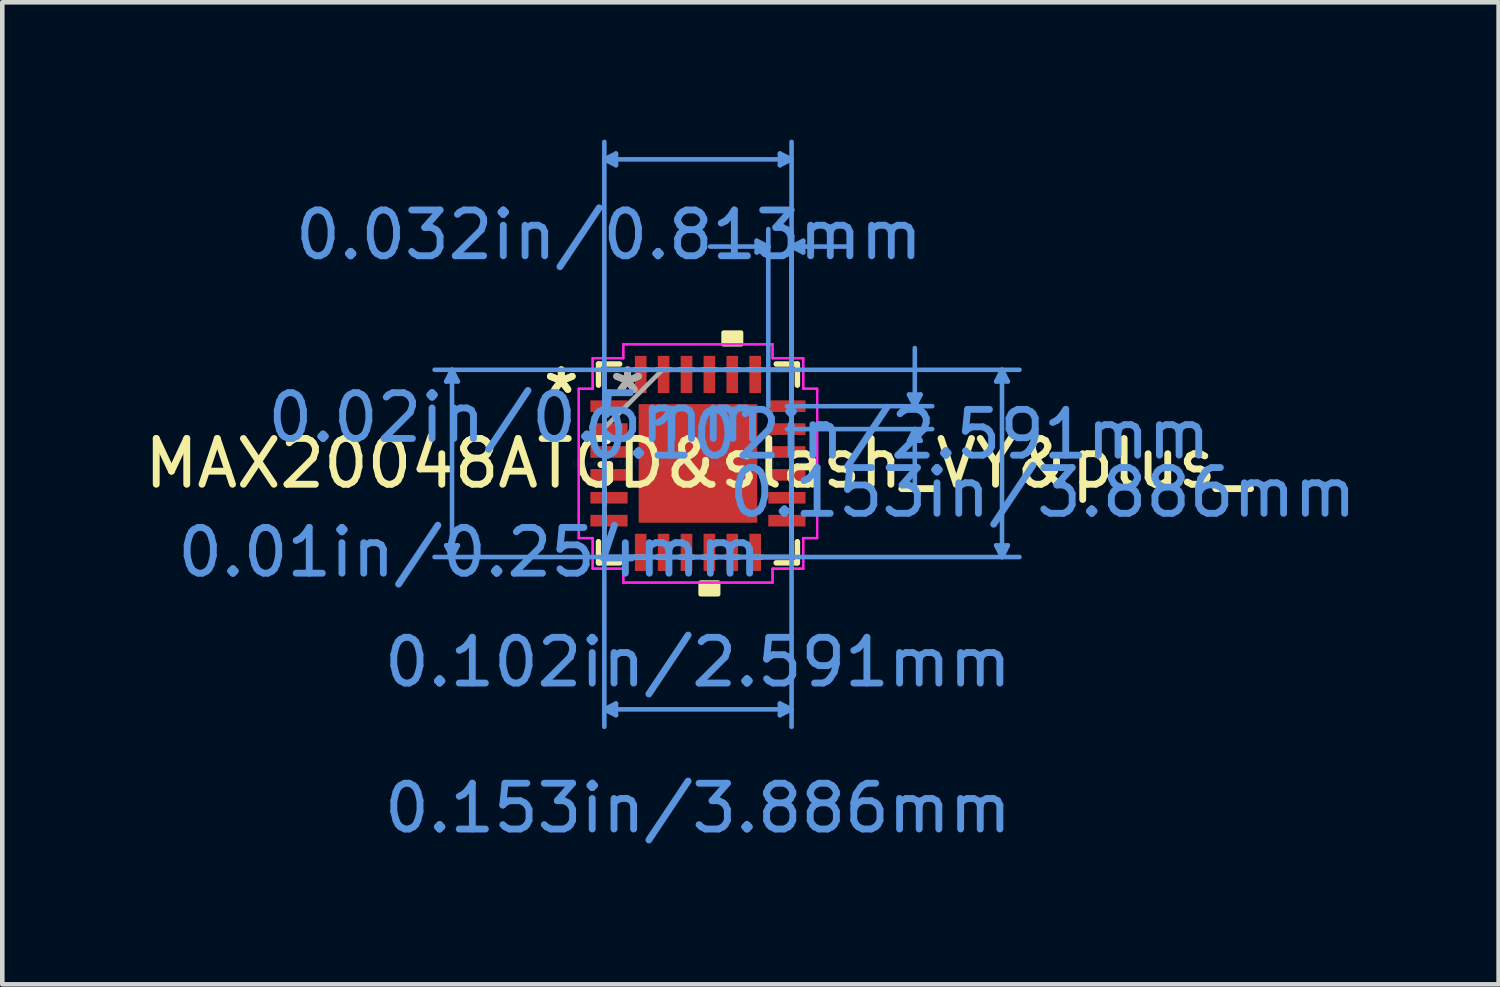
<source format=kicad_pcb>
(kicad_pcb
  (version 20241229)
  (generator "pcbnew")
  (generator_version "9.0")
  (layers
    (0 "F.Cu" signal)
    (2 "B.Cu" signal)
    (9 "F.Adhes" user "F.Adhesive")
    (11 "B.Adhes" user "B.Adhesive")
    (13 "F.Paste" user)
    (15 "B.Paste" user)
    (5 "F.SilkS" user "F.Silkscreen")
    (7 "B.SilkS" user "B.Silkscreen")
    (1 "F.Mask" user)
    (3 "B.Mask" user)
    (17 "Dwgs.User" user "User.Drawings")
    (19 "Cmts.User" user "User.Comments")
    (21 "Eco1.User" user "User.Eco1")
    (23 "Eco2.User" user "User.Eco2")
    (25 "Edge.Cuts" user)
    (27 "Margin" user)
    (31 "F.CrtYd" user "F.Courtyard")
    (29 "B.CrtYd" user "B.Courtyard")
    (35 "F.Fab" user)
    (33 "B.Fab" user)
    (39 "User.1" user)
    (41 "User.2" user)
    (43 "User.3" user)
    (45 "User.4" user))
  (footprint "MAX20048ATGD&slash_VY&plus_"
    (layer "F.Cu")
    (at 12.196 7.073)
    (property "Reference" "MAX20048ATGD&slash_VY&plus_" (at 0 0 0) (layer "F.SilkS") (effects (font (size 1 1) (thickness 0.15))))
    (attr through_hole)
    (fp_line (start -2.172 -2.172) (end -2.172 -1.71) (stroke (width 0.12) (type solid)) (layer "F.SilkS"))
    (fp_line (start -2.172 1.71) (end -2.172 2.172) (stroke (width 0.12) (type solid)) (layer "F.SilkS"))
    (fp_line (start -2.172 2.172) (end -1.71 2.172) (stroke (width 0.12) (type solid)) (layer "F.SilkS"))
    (fp_line (start -1.71 -2.172) (end -2.172 -2.172) (stroke (width 0.12) (type solid)) (layer "F.SilkS"))
    (fp_line (start 1.71 2.172) (end 2.172 2.172) (stroke (width 0.12) (type solid)) (layer "F.SilkS"))
    (fp_line (start 2.172 -2.172) (end 1.71 -2.172) (stroke (width 0.12) (type solid)) (layer "F.SilkS"))
    (fp_line (start 2.172 -1.71) (end 2.172 -2.172) (stroke (width 0.12) (type solid)) (layer "F.SilkS"))
    (fp_line (start 2.172 2.172) (end 2.172 1.71) (stroke (width 0.12) (type solid)) (layer "F.SilkS"))
    (fp_poly (pts (xy 0.059 2.603) (xy 0.059 2.857) (xy 0.441 2.857) (xy 0.441 2.603)) (stroke (width 0.1) (type solid)) (fill yes) (layer "F.SilkS"))
    (fp_poly (pts (xy 0.56 -2.603) (xy 0.56 -2.857) (xy 0.941 -2.857) (xy 0.941 -2.603)) (stroke (width 0.1) (type solid)) (fill yes) (layer "F.SilkS"))
    (fp_poly (pts (xy -1.195 -1.195) (xy -1.195 -0.1) (xy -0.1 -0.1) (xy -0.1 -1.195)) (stroke (width 0.1) (type solid)) (fill yes) (layer "F.Paste"))
    (fp_poly (pts (xy -1.195 0.1) (xy -1.195 1.195) (xy -0.1 1.195) (xy -0.1 0.1)) (stroke (width 0.1) (type solid)) (fill yes) (layer "F.Paste"))
    (fp_poly (pts (xy 0.1 -1.195) (xy 0.1 -0.1) (xy 1.195 -0.1) (xy 1.195 -1.195)) (stroke (width 0.1) (type solid)) (fill yes) (layer "F.Paste"))
    (fp_poly (pts (xy 0.1 0.1) (xy 0.1 1.195) (xy 1.195 1.195) (xy 1.195 0.1)) (stroke (width 0.1) (type solid)) (fill yes) (layer "F.Paste"))
    (fp_line (start -5.499 -1.791) (end -5.245 -1.791) (stroke (width 0.1) (type solid)) (layer "Cmts.User"))
    (fp_line (start -5.499 1.791) (end -5.245 1.791) (stroke (width 0.1) (type solid)) (layer "Cmts.User"))
    (fp_line (start -5.372 -2.045) (end -5.499 -1.791) (stroke (width 0.1) (type solid)) (layer "Cmts.User"))
    (fp_line (start -5.372 -2.045) (end -5.372 2.045) (stroke (width 0.1) (type solid)) (layer "Cmts.User"))
    (fp_line (start -5.372 -2.045) (end -5.245 -1.791) (stroke (width 0.1) (type solid)) (layer "Cmts.User"))
    (fp_line (start -5.372 2.045) (end -5.499 1.791) (stroke (width 0.1) (type solid)) (layer "Cmts.User"))
    (fp_line (start -5.372 2.045) (end -5.245 1.791) (stroke (width 0.1) (type solid)) (layer "Cmts.User"))
    (fp_line (start -2.045 -6.642) (end -1.791 -6.769) (stroke (width 0.1) (type solid)) (layer "Cmts.User"))
    (fp_line (start -2.045 -6.642) (end -1.791 -6.515) (stroke (width 0.1) (type solid)) (layer "Cmts.User"))
    (fp_line (start -2.045 -6.642) (end 2.045 -6.642) (stroke (width 0.1) (type solid)) (layer "Cmts.User"))
    (fp_line (start -2.045 -2.045) (end -2.045 5.753) (stroke (width 0.1) (type solid)) (layer "Cmts.User"))
    (fp_line (start -2.045 -1.25) (end -2.045 -7.023) (stroke (width 0.1) (type solid)) (layer "Cmts.User"))
    (fp_line (start -2.045 5.372) (end -1.791 5.245) (stroke (width 0.1) (type solid)) (layer "Cmts.User"))
    (fp_line (start -2.045 5.372) (end -1.791 5.499) (stroke (width 0.1) (type solid)) (layer "Cmts.User"))
    (fp_line (start -2.045 5.372) (end 2.045 5.372) (stroke (width 0.1) (type solid)) (layer "Cmts.User"))
    (fp_line (start -1.791 -6.769) (end -1.791 -6.515) (stroke (width 0.1) (type solid)) (layer "Cmts.User"))
    (fp_line (start -1.791 5.245) (end -1.791 5.499) (stroke (width 0.1) (type solid)) (layer "Cmts.User"))
    (fp_line (start 1.25 -2.045) (end 7.023 -2.045) (stroke (width 0.1) (type solid)) (layer "Cmts.User"))
    (fp_line (start 1.25 2.045) (end 7.023 2.045) (stroke (width 0.1) (type solid)) (layer "Cmts.User"))
    (fp_line (start 1.283 -4.864) (end 1.283 -4.61) (stroke (width 0.1) (type solid)) (layer "Cmts.User"))
    (fp_line (start 1.537 -4.737) (end 0.267 -4.737) (stroke (width 0.1) (type solid)) (layer "Cmts.User"))
    (fp_line (start 1.537 -4.737) (end 1.283 -4.864) (stroke (width 0.1) (type solid)) (layer "Cmts.User"))
    (fp_line (start 1.537 -4.737) (end 1.283 -4.61) (stroke (width 0.1) (type solid)) (layer "Cmts.User"))
    (fp_line (start 1.537 -1.25) (end 1.537 -5.118) (stroke (width 0.1) (type solid)) (layer "Cmts.User"))
    (fp_line (start 1.791 -6.769) (end 1.791 -6.515) (stroke (width 0.1) (type solid)) (layer "Cmts.User"))
    (fp_line (start 1.791 5.245) (end 1.791 5.499) (stroke (width 0.1) (type solid)) (layer "Cmts.User"))
    (fp_line (start 1.943 -1.25) (end 5.118 -1.25) (stroke (width 0.1) (type solid)) (layer "Cmts.User"))
    (fp_line (start 1.943 -0.75) (end 5.118 -0.75) (stroke (width 0.1) (type solid)) (layer "Cmts.User"))
    (fp_line (start 2.045 -6.642) (end 1.791 -6.769) (stroke (width 0.1) (type solid)) (layer "Cmts.User"))
    (fp_line (start 2.045 -6.642) (end 1.791 -6.515) (stroke (width 0.1) (type solid)) (layer "Cmts.User"))
    (fp_line (start 2.045 -4.737) (end 2.299 -4.864) (stroke (width 0.1) (type solid)) (layer "Cmts.User"))
    (fp_line (start 2.045 -4.737) (end 2.299 -4.61) (stroke (width 0.1) (type solid)) (layer "Cmts.User"))
    (fp_line (start 2.045 -4.737) (end 3.315 -4.737) (stroke (width 0.1) (type solid)) (layer "Cmts.User"))
    (fp_line (start 2.045 -2.045) (end -5.753 -2.045) (stroke (width 0.1) (type solid)) (layer "Cmts.User"))
    (fp_line (start 2.045 -2.045) (end 2.045 5.753) (stroke (width 0.1) (type solid)) (layer "Cmts.User"))
    (fp_line (start 2.045 -1.25) (end 2.045 -7.023) (stroke (width 0.1) (type solid)) (layer "Cmts.User"))
    (fp_line (start 2.045 -1.25) (end 2.045 -5.118) (stroke (width 0.1) (type solid)) (layer "Cmts.User"))
    (fp_line (start 2.045 2.045) (end -5.753 2.045) (stroke (width 0.1) (type solid)) (layer "Cmts.User"))
    (fp_line (start 2.045 5.372) (end 1.791 5.245) (stroke (width 0.1) (type solid)) (layer "Cmts.User"))
    (fp_line (start 2.045 5.372) (end 1.791 5.499) (stroke (width 0.1) (type solid)) (layer "Cmts.User"))
    (fp_line (start 2.299 -4.864) (end 2.299 -4.61) (stroke (width 0.1) (type solid)) (layer "Cmts.User"))
    (fp_line (start 4.61 -1.504) (end 4.864 -1.504) (stroke (width 0.1) (type solid)) (layer "Cmts.User"))
    (fp_line (start 4.61 -0.496) (end 4.864 -0.496) (stroke (width 0.1) (type solid)) (layer "Cmts.User"))
    (fp_line (start 4.737 -1.25) (end 4.61 -1.504) (stroke (width 0.1) (type solid)) (layer "Cmts.User"))
    (fp_line (start 4.737 -1.25) (end 4.737 -2.52) (stroke (width 0.1) (type solid)) (layer "Cmts.User"))
    (fp_line (start 4.737 -1.25) (end 4.864 -1.504) (stroke (width 0.1) (type solid)) (layer "Cmts.User"))
    (fp_line (start 4.737 -0.75) (end 4.61 -0.496) (stroke (width 0.1) (type solid)) (layer "Cmts.User"))
    (fp_line (start 4.737 -0.75) (end 4.737 0.52) (stroke (width 0.1) (type solid)) (layer "Cmts.User"))
    (fp_line (start 4.737 -0.75) (end 4.864 -0.496) (stroke (width 0.1) (type solid)) (layer "Cmts.User"))
    (fp_line (start 6.515 -1.791) (end 6.769 -1.791) (stroke (width 0.1) (type solid)) (layer "Cmts.User"))
    (fp_line (start 6.515 1.791) (end 6.769 1.791) (stroke (width 0.1) (type solid)) (layer "Cmts.User"))
    (fp_line (start 6.642 -2.045) (end 6.515 -1.791) (stroke (width 0.1) (type solid)) (layer "Cmts.User"))
    (fp_line (start 6.642 -2.045) (end 6.642 2.045) (stroke (width 0.1) (type solid)) (layer "Cmts.User"))
    (fp_line (start 6.642 -2.045) (end 6.769 -1.791) (stroke (width 0.1) (type solid)) (layer "Cmts.User"))
    (fp_line (start 6.642 2.045) (end 6.515 1.791) (stroke (width 0.1) (type solid)) (layer "Cmts.User"))
    (fp_line (start 6.642 2.045) (end 6.769 1.791) (stroke (width 0.1) (type solid)) (layer "Cmts.User"))
    (fp_line (start -2.603 -1.631) (end -2.299 -1.631) (stroke (width 0.05) (type solid)) (layer "F.CrtYd"))
    (fp_line (start -2.603 -1.631) (end -2.299 -1.631) (stroke (width 0.05) (type solid)) (layer "F.CrtYd"))
    (fp_line (start -2.603 1.631) (end -2.603 -1.631) (stroke (width 0.05) (type solid)) (layer "F.CrtYd"))
    (fp_line (start -2.603 1.631) (end -2.603 -1.631) (stroke (width 0.05) (type solid)) (layer "F.CrtYd"))
    (fp_line (start -2.299 -2.299) (end -1.631 -2.299) (stroke (width 0.05) (type solid)) (layer "F.CrtYd"))
    (fp_line (start -2.299 -2.299) (end -1.631 -2.299) (stroke (width 0.05) (type solid)) (layer "F.CrtYd"))
    (fp_line (start -2.299 -1.631) (end -2.299 -2.299) (stroke (width 0.05) (type solid)) (layer "F.CrtYd"))
    (fp_line (start -2.299 -1.631) (end -2.299 -2.299) (stroke (width 0.05) (type solid)) (layer "F.CrtYd"))
    (fp_line (start -2.299 1.631) (end -2.603 1.631) (stroke (width 0.05) (type solid)) (layer "F.CrtYd"))
    (fp_line (start -2.299 1.631) (end -2.603 1.631) (stroke (width 0.05) (type solid)) (layer "F.CrtYd"))
    (fp_line (start -2.299 2.299) (end -2.299 1.631) (stroke (width 0.05) (type solid)) (layer "F.CrtYd"))
    (fp_line (start -2.299 2.299) (end -2.299 1.631) (stroke (width 0.05) (type solid)) (layer "F.CrtYd"))
    (fp_line (start -1.631 -2.603) (end 1.631 -2.603) (stroke (width 0.05) (type solid)) (layer "F.CrtYd"))
    (fp_line (start -1.631 -2.603) (end 1.631 -2.603) (stroke (width 0.05) (type solid)) (layer "F.CrtYd"))
    (fp_line (start -1.631 -2.299) (end -1.631 -2.603) (stroke (width 0.05) (type solid)) (layer "F.CrtYd"))
    (fp_line (start -1.631 -2.299) (end -1.631 -2.603) (stroke (width 0.05) (type solid)) (layer "F.CrtYd"))
    (fp_line (start -1.631 2.299) (end -2.299 2.299) (stroke (width 0.05) (type solid)) (layer "F.CrtYd"))
    (fp_line (start -1.631 2.299) (end -2.299 2.299) (stroke (width 0.05) (type solid)) (layer "F.CrtYd"))
    (fp_line (start -1.631 2.603) (end -1.631 2.299) (stroke (width 0.05) (type solid)) (layer "F.CrtYd"))
    (fp_line (start -1.631 2.603) (end -1.631 2.299) (stroke (width 0.05) (type solid)) (layer "F.CrtYd"))
    (fp_line (start 1.631 -2.603) (end 1.631 -2.299) (stroke (width 0.05) (type solid)) (layer "F.CrtYd"))
    (fp_line (start 1.631 -2.603) (end 1.631 -2.299) (stroke (width 0.05) (type solid)) (layer "F.CrtYd"))
    (fp_line (start 1.631 -2.299) (end 2.299 -2.299) (stroke (width 0.05) (type solid)) (layer "F.CrtYd"))
    (fp_line (start 1.631 -2.299) (end 2.299 -2.299) (stroke (width 0.05) (type solid)) (layer "F.CrtYd"))
    (fp_line (start 1.631 2.299) (end 1.631 2.603) (stroke (width 0.05) (type solid)) (layer "F.CrtYd"))
    (fp_line (start 1.631 2.299) (end 1.631 2.603) (stroke (width 0.05) (type solid)) (layer "F.CrtYd"))
    (fp_line (start 1.631 2.603) (end -1.631 2.603) (stroke (width 0.05) (type solid)) (layer "F.CrtYd"))
    (fp_line (start 1.631 2.603) (end -1.631 2.603) (stroke (width 0.05) (type solid)) (layer "F.CrtYd"))
    (fp_line (start 2.299 -2.299) (end 2.299 -1.631) (stroke (width 0.05) (type solid)) (layer "F.CrtYd"))
    (fp_line (start 2.299 -2.299) (end 2.299 -1.631) (stroke (width 0.05) (type solid)) (layer "F.CrtYd"))
    (fp_line (start 2.299 -1.631) (end 2.603 -1.631) (stroke (width 0.05) (type solid)) (layer "F.CrtYd"))
    (fp_line (start 2.299 -1.631) (end 2.603 -1.631) (stroke (width 0.05) (type solid)) (layer "F.CrtYd"))
    (fp_line (start 2.299 1.631) (end 2.299 2.299) (stroke (width 0.05) (type solid)) (layer "F.CrtYd"))
    (fp_line (start 2.299 1.631) (end 2.299 2.299) (stroke (width 0.05) (type solid)) (layer "F.CrtYd"))
    (fp_line (start 2.299 2.299) (end 1.631 2.299) (stroke (width 0.05) (type solid)) (layer "F.CrtYd"))
    (fp_line (start 2.299 2.299) (end 1.631 2.299) (stroke (width 0.05) (type solid)) (layer "F.CrtYd"))
    (fp_line (start 2.603 -1.631) (end 2.603 1.631) (stroke (width 0.05) (type solid)) (layer "F.CrtYd"))
    (fp_line (start 2.603 -1.631) (end 2.603 1.631) (stroke (width 0.05) (type solid)) (layer "F.CrtYd"))
    (fp_line (start 2.603 1.631) (end 2.299 1.631) (stroke (width 0.05) (type solid)) (layer "F.CrtYd"))
    (fp_line (start 2.603 1.631) (end 2.299 1.631) (stroke (width 0.05) (type solid)) (layer "F.CrtYd"))
    (fp_line (start -2.045 -2.045) (end -2.045 -2.045) (stroke (width 0.1) (type solid)) (layer "F.Fab"))
    (fp_line (start -2.045 -2.045) (end -2.045 2.045) (stroke (width 0.1) (type solid)) (layer "F.Fab"))
    (fp_line (start -2.045 -1.402) (end -2.045 -1.402) (stroke (width 0.1) (type solid)) (layer "F.Fab"))
    (fp_line (start -2.045 -1.402) (end -2.045 -1.098) (stroke (width 0.1) (type solid)) (layer "F.Fab"))
    (fp_line (start -2.045 -1.098) (end -2.045 -1.402) (stroke (width 0.1) (type solid)) (layer "F.Fab"))
    (fp_line (start -2.045 -1.098) (end -2.045 -1.098) (stroke (width 0.1) (type solid)) (layer "F.Fab"))
    (fp_line (start -2.045 -0.902) (end -2.045 -0.902) (stroke (width 0.1) (type solid)) (layer "F.Fab"))
    (fp_line (start -2.045 -0.902) (end -2.045 -0.598) (stroke (width 0.1) (type solid)) (layer "F.Fab"))
    (fp_line (start -2.045 -0.775) (end -0.775 -2.045) (stroke (width 0.1) (type solid)) (layer "F.Fab"))
    (fp_line (start -2.045 -0.598) (end -2.045 -0.902) (stroke (width 0.1) (type solid)) (layer "F.Fab"))
    (fp_line (start -2.045 -0.598) (end -2.045 -0.598) (stroke (width 0.1) (type solid)) (layer "F.Fab"))
    (fp_line (start -2.045 -0.402) (end -2.045 -0.402) (stroke (width 0.1) (type solid)) (layer "F.Fab"))
    (fp_line (start -2.045 -0.402) (end -2.045 -0.098) (stroke (width 0.1) (type solid)) (layer "F.Fab"))
    (fp_line (start -2.045 -0.098) (end -2.045 -0.402) (stroke (width 0.1) (type solid)) (layer "F.Fab"))
    (fp_line (start -2.045 -0.098) (end -2.045 -0.098) (stroke (width 0.1) (type solid)) (layer "F.Fab"))
    (fp_line (start -2.045 0.098) (end -2.045 0.098) (stroke (width 0.1) (type solid)) (layer "F.Fab"))
    (fp_line (start -2.045 0.098) (end -2.045 0.402) (stroke (width 0.1) (type solid)) (layer "F.Fab"))
    (fp_line (start -2.045 0.402) (end -2.045 0.098) (stroke (width 0.1) (type solid)) (layer "F.Fab"))
    (fp_line (start -2.045 0.402) (end -2.045 0.402) (stroke (width 0.1) (type solid)) (layer "F.Fab"))
    (fp_line (start -2.045 0.598) (end -2.045 0.598) (stroke (width 0.1) (type solid)) (layer "F.Fab"))
    (fp_line (start -2.045 0.598) (end -2.045 0.902) (stroke (width 0.1) (type solid)) (layer "F.Fab"))
    (fp_line (start -2.045 0.902) (end -2.045 0.598) (stroke (width 0.1) (type solid)) (layer "F.Fab"))
    (fp_line (start -2.045 0.902) (end -2.045 0.902) (stroke (width 0.1) (type solid)) (layer "F.Fab"))
    (fp_line (start -2.045 1.098) (end -2.045 1.098) (stroke (width 0.1) (type solid)) (layer "F.Fab"))
    (fp_line (start -2.045 1.098) (end -2.045 1.402) (stroke (width 0.1) (type solid)) (layer "F.Fab"))
    (fp_line (start -2.045 1.402) (end -2.045 1.098) (stroke (width 0.1) (type solid)) (layer "F.Fab"))
    (fp_line (start -2.045 1.402) (end -2.045 1.402) (stroke (width 0.1) (type solid)) (layer "F.Fab"))
    (fp_line (start -2.045 2.045) (end -2.045 2.045) (stroke (width 0.1) (type solid)) (layer "F.Fab"))
    (fp_line (start -2.045 2.045) (end 2.045 2.045) (stroke (width 0.1) (type solid)) (layer "F.Fab"))
    (fp_line (start -1.402 -2.045) (end -1.402 -2.045) (stroke (width 0.1) (type solid)) (layer "F.Fab"))
    (fp_line (start -1.402 -2.045) (end -1.098 -2.045) (stroke (width 0.1) (type solid)) (layer "F.Fab"))
    (fp_line (start -1.402 2.045) (end -1.402 2.045) (stroke (width 0.1) (type solid)) (layer "F.Fab"))
    (fp_line (start -1.402 2.045) (end -1.098 2.045) (stroke (width 0.1) (type solid)) (layer "F.Fab"))
    (fp_line (start -1.098 -2.045) (end -1.402 -2.045) (stroke (width 0.1) (type solid)) (layer "F.Fab"))
    (fp_line (start -1.098 -2.045) (end -1.098 -2.045) (stroke (width 0.1) (type solid)) (layer "F.Fab"))
    (fp_line (start -1.098 2.045) (end -1.402 2.045) (stroke (width 0.1) (type solid)) (layer "F.Fab"))
    (fp_line (start -1.098 2.045) (end -1.098 2.045) (stroke (width 0.1) (type solid)) (layer "F.Fab"))
    (fp_line (start -0.902 -2.045) (end -0.902 -2.045) (stroke (width 0.1) (type solid)) (layer "F.Fab"))
    (fp_line (start -0.902 -2.045) (end -0.598 -2.045) (stroke (width 0.1) (type solid)) (layer "F.Fab"))
    (fp_line (start -0.902 2.045) (end -0.902 2.045) (stroke (width 0.1) (type solid)) (layer "F.Fab"))
    (fp_line (start -0.902 2.045) (end -0.598 2.045) (stroke (width 0.1) (type solid)) (layer "F.Fab"))
    (fp_line (start -0.598 -2.045) (end -0.902 -2.045) (stroke (width 0.1) (type solid)) (layer "F.Fab"))
    (fp_line (start -0.598 -2.045) (end -0.598 -2.045) (stroke (width 0.1) (type solid)) (layer "F.Fab"))
    (fp_line (start -0.598 2.045) (end -0.902 2.045) (stroke (width 0.1) (type solid)) (layer "F.Fab"))
    (fp_line (start -0.598 2.045) (end -0.598 2.045) (stroke (width 0.1) (type solid)) (layer "F.Fab"))
    (fp_line (start -0.402 -2.045) (end -0.402 -2.045) (stroke (width 0.1) (type solid)) (layer "F.Fab"))
    (fp_line (start -0.402 -2.045) (end -0.098 -2.045) (stroke (width 0.1) (type solid)) (layer "F.Fab"))
    (fp_line (start -0.402 2.045) (end -0.402 2.045) (stroke (width 0.1) (type solid)) (layer "F.Fab"))
    (fp_line (start -0.402 2.045) (end -0.098 2.045) (stroke (width 0.1) (type solid)) (layer "F.Fab"))
    (fp_line (start -0.098 -2.045) (end -0.402 -2.045) (stroke (width 0.1) (type solid)) (layer "F.Fab"))
    (fp_line (start -0.098 -2.045) (end -0.098 -2.045) (stroke (width 0.1) (type solid)) (layer "F.Fab"))
    (fp_line (start -0.098 2.045) (end -0.402 2.045) (stroke (width 0.1) (type solid)) (layer "F.Fab"))
    (fp_line (start -0.098 2.045) (end -0.098 2.045) (stroke (width 0.1) (type solid)) (layer "F.Fab"))
    (fp_line (start 0.098 -2.045) (end 0.098 -2.045) (stroke (width 0.1) (type solid)) (layer "F.Fab"))
    (fp_line (start 0.098 -2.045) (end 0.402 -2.045) (stroke (width 0.1) (type solid)) (layer "F.Fab"))
    (fp_line (start 0.098 2.045) (end 0.098 2.045) (stroke (width 0.1) (type solid)) (layer "F.Fab"))
    (fp_line (start 0.098 2.045) (end 0.402 2.045) (stroke (width 0.1) (type solid)) (layer "F.Fab"))
    (fp_line (start 0.402 -2.045) (end 0.098 -2.045) (stroke (width 0.1) (type solid)) (layer "F.Fab"))
    (fp_line (start 0.402 -2.045) (end 0.402 -2.045) (stroke (width 0.1) (type solid)) (layer "F.Fab"))
    (fp_line (start 0.402 2.045) (end 0.098 2.045) (stroke (width 0.1) (type solid)) (layer "F.Fab"))
    (fp_line (start 0.402 2.045) (end 0.402 2.045) (stroke (width 0.1) (type solid)) (layer "F.Fab"))
    (fp_line (start 0.598 -2.045) (end 0.598 -2.045) (stroke (width 0.1) (type solid)) (layer "F.Fab"))
    (fp_line (start 0.598 -2.045) (end 0.902 -2.045) (stroke (width 0.1) (type solid)) (layer "F.Fab"))
    (fp_line (start 0.598 2.045) (end 0.598 2.045) (stroke (width 0.1) (type solid)) (layer "F.Fab"))
    (fp_line (start 0.598 2.045) (end 0.902 2.045) (stroke (width 0.1) (type solid)) (layer "F.Fab"))
    (fp_line (start 0.902 -2.045) (end 0.598 -2.045) (stroke (width 0.1) (type solid)) (layer "F.Fab"))
    (fp_line (start 0.902 -2.045) (end 0.902 -2.045) (stroke (width 0.1) (type solid)) (layer "F.Fab"))
    (fp_line (start 0.902 2.045) (end 0.598 2.045) (stroke (width 0.1) (type solid)) (layer "F.Fab"))
    (fp_line (start 0.902 2.045) (end 0.902 2.045) (stroke (width 0.1) (type solid)) (layer "F.Fab"))
    (fp_line (start 1.098 -2.045) (end 1.098 -2.045) (stroke (width 0.1) (type solid)) (layer "F.Fab"))
    (fp_line (start 1.098 -2.045) (end 1.402 -2.045) (stroke (width 0.1) (type solid)) (layer "F.Fab"))
    (fp_line (start 1.098 2.045) (end 1.098 2.045) (stroke (width 0.1) (type solid)) (layer "F.Fab"))
    (fp_line (start 1.098 2.045) (end 1.402 2.045) (stroke (width 0.1) (type solid)) (layer "F.Fab"))
    (fp_line (start 1.402 -2.045) (end 1.098 -2.045) (stroke (width 0.1) (type solid)) (layer "F.Fab"))
    (fp_line (start 1.402 -2.045) (end 1.402 -2.045) (stroke (width 0.1) (type solid)) (layer "F.Fab"))
    (fp_line (start 1.402 2.045) (end 1.098 2.045) (stroke (width 0.1) (type solid)) (layer "F.Fab"))
    (fp_line (start 1.402 2.045) (end 1.402 2.045) (stroke (width 0.1) (type solid)) (layer "F.Fab"))
    (fp_line (start 2.045 -2.045) (end -2.045 -2.045) (stroke (width 0.1) (type solid)) (layer "F.Fab"))
    (fp_line (start 2.045 -2.045) (end 2.045 -2.045) (stroke (width 0.1) (type solid)) (layer "F.Fab"))
    (fp_line (start 2.045 -1.402) (end 2.045 -1.402) (stroke (width 0.1) (type solid)) (layer "F.Fab"))
    (fp_line (start 2.045 -1.402) (end 2.045 -1.098) (stroke (width 0.1) (type solid)) (layer "F.Fab"))
    (fp_line (start 2.045 -1.098) (end 2.045 -1.402) (stroke (width 0.1) (type solid)) (layer "F.Fab"))
    (fp_line (start 2.045 -1.098) (end 2.045 -1.098) (stroke (width 0.1) (type solid)) (layer "F.Fab"))
    (fp_line (start 2.045 -0.902) (end 2.045 -0.902) (stroke (width 0.1) (type solid)) (layer "F.Fab"))
    (fp_line (start 2.045 -0.902) (end 2.045 -0.598) (stroke (width 0.1) (type solid)) (layer "F.Fab"))
    (fp_line (start 2.045 -0.598) (end 2.045 -0.902) (stroke (width 0.1) (type solid)) (layer "F.Fab"))
    (fp_line (start 2.045 -0.598) (end 2.045 -0.598) (stroke (width 0.1) (type solid)) (layer "F.Fab"))
    (fp_line (start 2.045 -0.402) (end 2.045 -0.402) (stroke (width 0.1) (type solid)) (layer "F.Fab"))
    (fp_line (start 2.045 -0.402) (end 2.045 -0.098) (stroke (width 0.1) (type solid)) (layer "F.Fab"))
    (fp_line (start 2.045 -0.098) (end 2.045 -0.402) (stroke (width 0.1) (type solid)) (layer "F.Fab"))
    (fp_line (start 2.045 -0.098) (end 2.045 -0.098) (stroke (width 0.1) (type solid)) (layer "F.Fab"))
    (fp_line (start 2.045 0.098) (end 2.045 0.098) (stroke (width 0.1) (type solid)) (layer "F.Fab"))
    (fp_line (start 2.045 0.098) (end 2.045 0.402) (stroke (width 0.1) (type solid)) (layer "F.Fab"))
    (fp_line (start 2.045 0.402) (end 2.045 0.098) (stroke (width 0.1) (type solid)) (layer "F.Fab"))
    (fp_line (start 2.045 0.402) (end 2.045 0.402) (stroke (width 0.1) (type solid)) (layer "F.Fab"))
    (fp_line (start 2.045 0.598) (end 2.045 0.598) (stroke (width 0.1) (type solid)) (layer "F.Fab"))
    (fp_line (start 2.045 0.598) (end 2.045 0.902) (stroke (width 0.1) (type solid)) (layer "F.Fab"))
    (fp_line (start 2.045 0.902) (end 2.045 0.598) (stroke (width 0.1) (type solid)) (layer "F.Fab"))
    (fp_line (start 2.045 0.902) (end 2.045 0.902) (stroke (width 0.1) (type solid)) (layer "F.Fab"))
    (fp_line (start 2.045 1.098) (end 2.045 1.098) (stroke (width 0.1) (type solid)) (layer "F.Fab"))
    (fp_line (start 2.045 1.098) (end 2.045 1.402) (stroke (width 0.1) (type solid)) (layer "F.Fab"))
    (fp_line (start 2.045 1.402) (end 2.045 1.098) (stroke (width 0.1) (type solid)) (layer "F.Fab"))
    (fp_line (start 2.045 1.402) (end 2.045 1.402) (stroke (width 0.1) (type solid)) (layer "F.Fab"))
    (fp_line (start 2.045 2.045) (end 2.045 -2.045) (stroke (width 0.1) (type solid)) (layer "F.Fab"))
    (fp_line (start 2.045 2.045) (end 2.045 2.045) (stroke (width 0.1) (type solid)) (layer "F.Fab"))
    (fp_text user "*" (at -2.985 -1.5 0) (layer "F.SilkS") (effects (font (size 1 1) (thickness 0.15))))
    (fp_text user "*" (at -2.985 -1.5 0) (layer "F.SilkS") (effects (font (size 1 1) (thickness 0.15))))
    (fp_text user "0.153in/3.886mm" (at 7.531 0.635 0) (layer "Cmts.User") (effects (font (size 1 1) (thickness 0.15))))
    (fp_text user "0.032in/0.813mm" (at -1.943 -4.991 0) (layer "Cmts.User") (effects (font (size 1 1) (thickness 0.15))))
    (fp_text user "0.102in/2.591mm" (at 0 4.343 0) (layer "Cmts.User") (effects (font (size 1 1) (thickness 0.15))))
    (fp_text user "0.153in/3.886mm" (at 0 7.531 0) (layer "Cmts.User") (effects (font (size 1 1) (thickness 0.15))))
    (fp_text user "Copyright 2021 Accelerated Designs. All rights reserved." (at 0 0 0) (layer "Cmts.User") (effects (font (size 0.127 0.127) (thickness 0.002))))
    (fp_text user "0.01in/0.254mm" (at -4.991 1.943 0) (layer "Cmts.User") (effects (font (size 1 1) (thickness 0.15))))
    (fp_text user "0.02in/0.5mm" (at -3.975 -1 0) (layer "Cmts.User") (effects (font (size 1 1) (thickness 0.15))))
    (fp_text user "0.102in/2.591mm" (at 4.343 -0.635 0) (layer "Cmts.User") (effects (font (size 1 1) (thickness 0.15))))
    (fp_text user "*" (at -1.537 -1.5 0) (layer "F.Fab") (effects (font (size 1 1) (thickness 0.15))))
    (fp_text user "*" (at -1.537 -1.5 0) (layer "F.Fab") (effects (font (size 1 1) (thickness 0.15))))
    (pad "1" smd rect (at -1.943 -1.25 90) (size 0.254 0.813) (layers "F.Cu" "F.Mask" "F.Paste"))
    (pad "2" smd rect (at -1.943 -0.75 90) (size 0.254 0.813) (layers "F.Cu" "F.Mask" "F.Paste"))
    (pad "3" smd rect (at -1.943 -0.25 90) (size 0.254 0.813) (layers "F.Cu" "F.Mask" "F.Paste"))
    (pad "4" smd rect (at -1.943 0.25 90) (size 0.254 0.813) (layers "F.Cu" "F.Mask" "F.Paste"))
    (pad "5" smd rect (at -1.943 0.75 90) (size 0.254 0.813) (layers "F.Cu" "F.Mask" "F.Paste"))
    (pad "6" smd rect (at -1.943 1.25 90) (size 0.254 0.813) (layers "F.Cu" "F.Mask" "F.Paste"))
    (pad "7" smd rect (at -1.25 1.943) (size 0.254 0.813) (layers "F.Cu" "F.Mask" "F.Paste"))
    (pad "8" smd rect (at -0.75 1.943) (size 0.254 0.813) (layers "F.Cu" "F.Mask" "F.Paste"))
    (pad "9" smd rect (at -0.25 1.943) (size 0.254 0.813) (layers "F.Cu" "F.Mask" "F.Paste"))
    (pad "10" smd rect (at 0.25 1.943) (size 0.254 0.813) (layers "F.Cu" "F.Mask" "F.Paste"))
    (pad "11" smd rect (at 0.75 1.943) (size 0.254 0.813) (layers "F.Cu" "F.Mask" "F.Paste"))
    (pad "12" smd rect (at 1.25 1.943) (size 0.254 0.813) (layers "F.Cu" "F.Mask" "F.Paste"))
    (pad "13" smd rect (at 1.943 1.25 90) (size 0.254 0.813) (layers "F.Cu" "F.Mask" "F.Paste"))
    (pad "14" smd rect (at 1.943 0.75 90) (size 0.254 0.813) (layers "F.Cu" "F.Mask" "F.Paste"))
    (pad "15" smd rect (at 1.943 0.25 90) (size 0.254 0.813) (layers "F.Cu" "F.Mask" "F.Paste"))
    (pad "16" smd rect (at 1.943 -0.25 90) (size 0.254 0.813) (layers "F.Cu" "F.Mask" "F.Paste"))
    (pad "17" smd rect (at 1.943 -0.75 90) (size 0.254 0.813) (layers "F.Cu" "F.Mask" "F.Paste"))
    (pad "18" smd rect (at 1.943 -1.25 90) (size 0.254 0.813) (layers "F.Cu" "F.Mask" "F.Paste"))
    (pad "19" smd rect (at 1.25 -1.943) (size 0.254 0.813) (layers "F.Cu" "F.Mask" "F.Paste"))
    (pad "20" smd rect (at 0.75 -1.943) (size 0.254 0.813) (layers "F.Cu" "F.Mask" "F.Paste"))
    (pad "21" smd rect (at 0.25 -1.943) (size 0.254 0.813) (layers "F.Cu" "F.Mask" "F.Paste"))
    (pad "22" smd rect (at -0.25 -1.943) (size 0.254 0.813) (layers "F.Cu" "F.Mask" "F.Paste"))
    (pad "23" smd rect (at -0.75 -1.943) (size 0.254 0.813) (layers "F.Cu" "F.Mask" "F.Paste"))
    (pad "24" smd rect (at -1.25 -1.943) (size 0.254 0.813) (layers "F.Cu" "F.Mask" "F.Paste"))
    (pad "25" smd rect (at 0 0) (size 2.591 2.591) (layers "F.Cu" "F.Mask")))
  (gr_rect
    (start -3 -3)
    (end 29.686 18.452)
    (stroke (width 0.1) (type default))
    (fill no)
    (layer "Edge.Cuts")))
</source>
